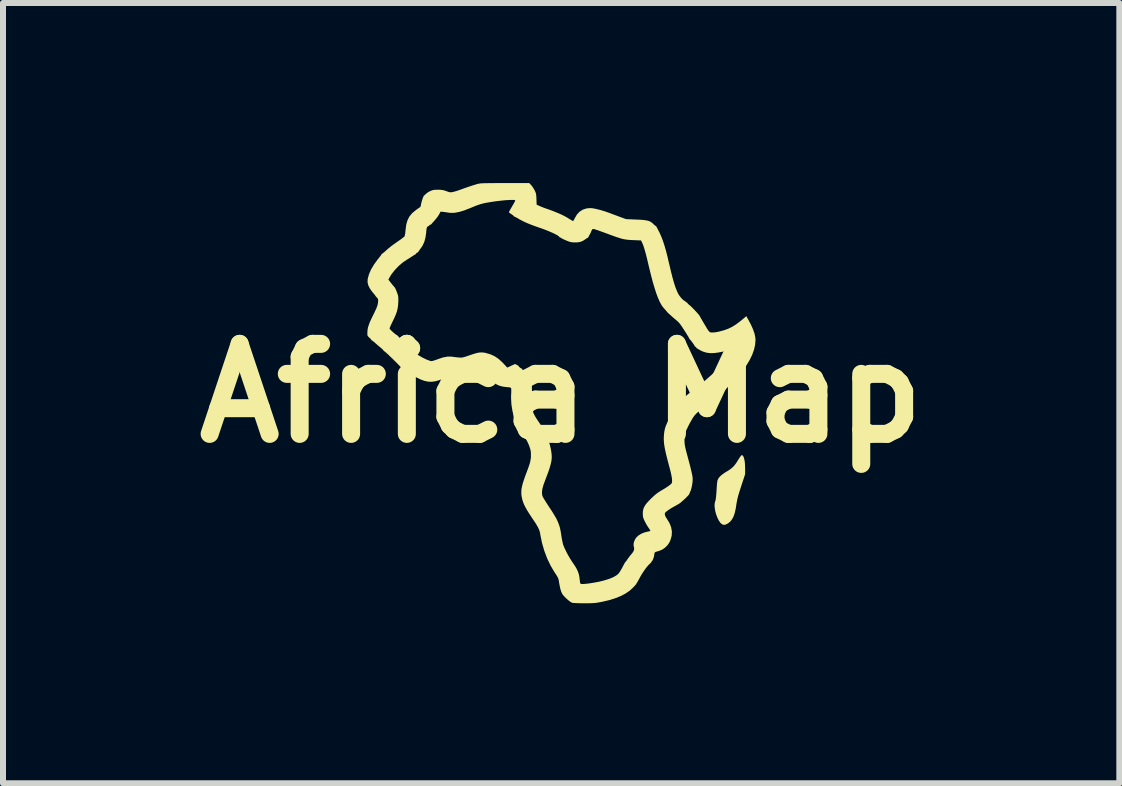
<source format=kicad_pcb>
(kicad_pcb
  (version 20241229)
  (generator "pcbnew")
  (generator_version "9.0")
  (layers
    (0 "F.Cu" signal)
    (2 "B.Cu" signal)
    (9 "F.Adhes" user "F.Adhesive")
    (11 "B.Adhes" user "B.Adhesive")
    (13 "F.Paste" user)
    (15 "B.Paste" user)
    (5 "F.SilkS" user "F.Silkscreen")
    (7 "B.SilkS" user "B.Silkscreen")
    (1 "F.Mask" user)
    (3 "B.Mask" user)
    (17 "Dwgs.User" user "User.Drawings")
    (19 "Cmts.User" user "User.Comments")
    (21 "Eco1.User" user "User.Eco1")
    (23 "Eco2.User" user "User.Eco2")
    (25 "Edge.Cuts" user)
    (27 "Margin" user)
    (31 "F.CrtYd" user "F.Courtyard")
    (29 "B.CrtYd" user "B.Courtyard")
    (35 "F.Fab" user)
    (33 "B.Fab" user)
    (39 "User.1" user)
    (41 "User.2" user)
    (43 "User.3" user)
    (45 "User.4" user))
  (footprint "Africa Map"
    (layer "F.Cu")
    (at 6.3 3.501)
    (property "Reference" "Africa Map" (at 0 0 0) (layer "F.SilkS") (effects (font (size 1.5 1.5) (thickness 0.3))))
    (attr board_only exclude_from_pos_files exclude_from_bom)
    (fp_poly (pts (xy 3.025 1.039) (xy 3.04 1.062) (xy 3.051 1.1) (xy 3.06 1.15) (xy 3.064 1.213) (xy 3.065 1.261) (xy 3.065 1.35) (xy 3 1.548) (xy 2.977 1.62) (xy 2.958 1.68) (xy 2.944 1.73) (xy 2.934 1.773) (xy 2.926 1.813) (xy 2.921 1.842) (xy 2.908 1.926) (xy 2.892 1.996) (xy 2.873 2.052) (xy 2.849 2.098) (xy 2.821 2.135) (xy 2.787 2.164) (xy 2.768 2.176) (xy 2.733 2.192) (xy 2.701 2.193) (xy 2.672 2.178) (xy 2.653 2.16) (xy 2.628 2.124) (xy 2.604 2.077) (xy 2.583 2.022) (xy 2.567 1.963) (xy 2.558 1.906) (xy 2.556 1.869) (xy 2.558 1.84) (xy 2.565 1.807) (xy 2.569 1.795) (xy 2.576 1.766) (xy 2.581 1.722) (xy 2.586 1.666) (xy 2.589 1.619) (xy 2.592 1.571) (xy 2.595 1.526) (xy 2.599 1.488) (xy 2.603 1.461) (xy 2.605 1.452) (xy 2.62 1.42) (xy 2.645 1.388) (xy 2.683 1.355) (xy 2.735 1.319) (xy 2.759 1.305) (xy 2.804 1.277) (xy 2.84 1.25) (xy 2.87 1.222) (xy 2.899 1.188) (xy 2.928 1.146) (xy 2.953 1.105) (xy 2.972 1.075) (xy 2.99 1.05) (xy 3.003 1.035) (xy 3.008 1.031)) (stroke (width 0) (type solid)) (fill yes) (layer "F.SilkS"))
    (fp_poly (pts (xy -0.501 -3.468) (xy -0.481 -3.444) (xy -0.46 -3.411) (xy -0.442 -3.38) (xy -0.43 -3.354) (xy -0.422 -3.332) (xy -0.417 -3.308) (xy -0.414 -3.279) (xy -0.412 -3.24) (xy -0.412 -3.232) (xy -0.409 -3.141) (xy -0.363 -3.12) (xy -0.333 -3.107) (xy -0.295 -3.092) (xy -0.255 -3.077) (xy -0.242 -3.073) (xy -0.155 -3.042) (xy -0.082 -3.013) (xy -0.018 -2.986) (xy 0.037 -2.96) (xy 0.087 -2.933) (xy 0.135 -2.904) (xy 0.141 -2.9) (xy 0.167 -2.884) (xy 0.187 -2.873) (xy 0.198 -2.868) (xy 0.198 -2.868) (xy 0.205 -2.875) (xy 0.216 -2.893) (xy 0.228 -2.918) (xy 0.229 -2.919) (xy 0.264 -2.979) (xy 0.309 -3.026) (xy 0.363 -3.059) (xy 0.425 -3.079) (xy 0.485 -3.084) (xy 0.531 -3.08) (xy 0.589 -3.068) (xy 0.657 -3.051) (xy 0.732 -3.028) (xy 0.812 -3) (xy 0.814 -2.999) (xy 0.85 -2.985) (xy 0.896 -2.968) (xy 0.945 -2.95) (xy 0.982 -2.936) (xy 1.081 -2.9) (xy 1.245 -2.893) (xy 1.314 -2.89) (xy 1.369 -2.886) (xy 1.412 -2.88) (xy 1.446 -2.873) (xy 1.473 -2.864) (xy 1.496 -2.852) (xy 1.517 -2.836) (xy 1.531 -2.823) (xy 1.552 -2.804) (xy 1.568 -2.79) (xy 1.576 -2.786) (xy 1.58 -2.784) (xy 1.585 -2.778) (xy 1.592 -2.765) (xy 1.604 -2.743) (xy 1.62 -2.711) (xy 1.642 -2.667) (xy 1.645 -2.662) (xy 1.67 -2.605) (xy 1.695 -2.539) (xy 1.72 -2.463) (xy 1.746 -2.374) (xy 1.772 -2.272) (xy 1.799 -2.155) (xy 1.8 -2.153) (xy 1.828 -2.034) (xy 1.854 -1.93) (xy 1.879 -1.842) (xy 1.903 -1.767) (xy 1.927 -1.706) (xy 1.949 -1.658) (xy 1.95 -1.657) (xy 1.967 -1.629) (xy 1.989 -1.6) (xy 2.012 -1.573) (xy 2.035 -1.552) (xy 2.052 -1.539) (xy 2.059 -1.537) (xy 2.07 -1.53) (xy 2.074 -1.524) (xy 2.085 -1.513) (xy 2.091 -1.512) (xy 2.102 -1.507) (xy 2.104 -1.502) (xy 2.11 -1.491) (xy 2.126 -1.477) (xy 2.132 -1.473) (xy 2.147 -1.46) (xy 2.17 -1.439) (xy 2.197 -1.412) (xy 2.225 -1.383) (xy 2.253 -1.353) (xy 2.277 -1.326) (xy 2.296 -1.304) (xy 2.307 -1.289) (xy 2.309 -1.284) (xy 2.313 -1.276) (xy 2.324 -1.257) (xy 2.34 -1.229) (xy 2.359 -1.196) (xy 2.38 -1.161) (xy 2.401 -1.126) (xy 2.42 -1.094) (xy 2.436 -1.068) (xy 2.446 -1.053) (xy 2.461 -1.033) (xy 2.473 -1.02) (xy 2.476 -1.017) (xy 2.495 -1.012) (xy 2.525 -1.011) (xy 2.564 -1.014) (xy 2.608 -1.021) (xy 2.634 -1.027) (xy 2.712 -1.048) (xy 2.782 -1.073) (xy 2.846 -1.104) (xy 2.909 -1.143) (xy 2.975 -1.192) (xy 3.015 -1.224) (xy 3.085 -1.283) (xy 3.112 -1.235) (xy 3.158 -1.15) (xy 3.194 -1.07) (xy 3.22 -0.998) (xy 3.234 -0.934) (xy 3.238 -0.892) (xy 3.232 -0.809) (xy 3.213 -0.724) (xy 3.182 -0.638) (xy 3.138 -0.548) (xy 3.08 -0.453) (xy 3.009 -0.354) (xy 2.99 -0.332) (xy 2.963 -0.301) (xy 2.929 -0.263) (xy 2.89 -0.221) (xy 2.849 -0.177) (xy 2.808 -0.134) (xy 2.77 -0.095) (xy 2.737 -0.061) (xy 2.712 -0.036) (xy 2.706 -0.031) (xy 2.693 -0.02) (xy 2.67 -0.001) (xy 2.639 0.024) (xy 2.604 0.052) (xy 2.568 0.081) (xy 2.533 0.109) (xy 2.502 0.133) (xy 2.496 0.138) (xy 2.467 0.161) (xy 2.444 0.181) (xy 2.429 0.197) (xy 2.425 0.203) (xy 2.418 0.213) (xy 2.412 0.214) (xy 2.397 0.22) (xy 2.394 0.224) (xy 2.382 0.235) (xy 2.365 0.247) (xy 2.35 0.257) (xy 2.325 0.276) (xy 2.297 0.299) (xy 2.282 0.311) (xy 2.25 0.341) (xy 2.224 0.369) (xy 2.2 0.402) (xy 2.174 0.445) (xy 2.174 0.445) (xy 2.149 0.489) (xy 2.123 0.538) (xy 2.1 0.586) (xy 2.09 0.606) (xy 2.074 0.643) (xy 2.064 0.67) (xy 2.058 0.694) (xy 2.055 0.72) (xy 2.054 0.753) (xy 2.054 0.766) (xy 2.055 0.804) (xy 2.057 0.837) (xy 2.061 0.87) (xy 2.068 0.906) (xy 2.078 0.949) (xy 2.092 1.002) (xy 2.1 1.031) (xy 2.12 1.106) (xy 2.139 1.177) (xy 2.156 1.244) (xy 2.17 1.303) (xy 2.181 1.353) (xy 2.188 1.39) (xy 2.19 1.405) (xy 2.191 1.442) (xy 2.188 1.487) (xy 2.181 1.535) (xy 2.171 1.581) (xy 2.16 1.619) (xy 2.153 1.635) (xy 2.143 1.657) (xy 2.137 1.674) (xy 2.137 1.677) (xy 2.131 1.687) (xy 2.115 1.706) (xy 2.092 1.73) (xy 2.065 1.757) (xy 2.035 1.784) (xy 2.007 1.809) (xy 1.982 1.83) (xy 1.963 1.843) (xy 1.933 1.86) (xy 1.9 1.879) (xy 1.886 1.886) (xy 1.853 1.905) (xy 1.818 1.926) (xy 1.785 1.948) (xy 1.758 1.968) (xy 1.74 1.983) (xy 1.736 1.987) (xy 1.726 2.009) (xy 1.73 2.036) (xy 1.747 2.071) (xy 1.761 2.092) (xy 1.805 2.164) (xy 1.833 2.236) (xy 1.845 2.307) (xy 1.841 2.378) (xy 1.82 2.449) (xy 1.807 2.479) (xy 1.776 2.528) (xy 1.734 2.571) (xy 1.686 2.605) (xy 1.637 2.626) (xy 1.599 2.637) (xy 1.575 2.645) (xy 1.561 2.654) (xy 1.555 2.663) (xy 1.553 2.676) (xy 1.553 2.678) (xy 1.55 2.701) (xy 1.544 2.73) (xy 1.534 2.759) (xy 1.524 2.783) (xy 1.515 2.796) (xy 1.514 2.796) (xy 1.505 2.807) (xy 1.504 2.811) (xy 1.498 2.822) (xy 1.484 2.836) (xy 1.48 2.839) (xy 1.448 2.871) (xy 1.412 2.915) (xy 1.375 2.967) (xy 1.338 3.024) (xy 1.315 3.065) (xy 1.291 3.109) (xy 1.273 3.141) (xy 1.259 3.165) (xy 1.248 3.182) (xy 1.238 3.196) (xy 1.226 3.209) (xy 1.212 3.224) (xy 1.204 3.233) (xy 1.145 3.288) (xy 1.076 3.336) (xy 0.995 3.379) (xy 0.903 3.416) (xy 0.797 3.449) (xy 0.677 3.477) (xy 0.66 3.48) (xy 0.623 3.487) (xy 0.59 3.492) (xy 0.558 3.496) (xy 0.523 3.498) (xy 0.481 3.5) (xy 0.429 3.5) (xy 0.379 3.5) (xy 0.326 3.5) (xy 0.277 3.499) (xy 0.235 3.497) (xy 0.204 3.495) (xy 0.185 3.493) (xy 0.182 3.492) (xy 0.153 3.476) (xy 0.119 3.45) (xy 0.083 3.418) (xy 0.049 3.384) (xy 0.023 3.352) (xy 0.015 3.339) (xy 0.000388 3.306) (xy -0.014 3.259) (xy -0.026 3.202) (xy -0.034 3.16) (xy -0.038 3.13) (xy -0.043 3.107) (xy -0.049 3.087) (xy -0.058 3.067) (xy -0.072 3.043) (xy -0.092 3.011) (xy -0.112 2.982) (xy -0.176 2.873) (xy -0.233 2.754) (xy -0.281 2.627) (xy -0.319 2.496) (xy -0.346 2.365) (xy -0.35 2.338) (xy -0.357 2.305) (xy -0.37 2.269) (xy -0.391 2.227) (xy -0.419 2.178) (xy -0.458 2.119) (xy -0.477 2.091) (xy -0.529 2.013) (xy -0.571 1.945) (xy -0.604 1.885) (xy -0.629 1.83) (xy -0.646 1.779) (xy -0.657 1.73) (xy -0.663 1.688) (xy -0.664 1.657) (xy -0.663 1.625) (xy -0.66 1.591) (xy -0.652 1.552) (xy -0.641 1.508) (xy -0.625 1.456) (xy -0.604 1.395) (xy -0.577 1.322) (xy -0.545 1.236) (xy -0.543 1.231) (xy -0.517 1.15) (xy -0.504 1.073) (xy -0.504 0.997) (xy -0.508 0.958) (xy -0.518 0.92) (xy -0.534 0.874) (xy -0.555 0.825) (xy -0.579 0.778) (xy -0.603 0.737) (xy -0.625 0.707) (xy -0.64 0.69) (xy -0.648 0.678) (xy -0.649 0.675) (xy -0.653 0.666) (xy -0.664 0.647) (xy -0.679 0.624) (xy -0.734 0.527) (xy -0.778 0.419) (xy -0.81 0.306) (xy -0.829 0.189) (xy -0.835 0.072) (xy -0.834 0.032) (xy -0.832 -0.007) (xy -0.831 -0.042) (xy -0.832 -0.067) (xy -0.833 -0.08) (xy -0.838 -0.088) (xy -0.848 -0.094) (xy -0.867 -0.098) (xy -0.899 -0.101) (xy -0.906 -0.101) (xy -0.975 -0.11) (xy -1.031 -0.125) (xy -1.076 -0.146) (xy -1.091 -0.156) (xy -1.112 -0.17) (xy -1.126 -0.179) (xy -1.13 -0.181) (xy -1.14 -0.186) (xy -1.152 -0.198) (xy -1.159 -0.209) (xy -1.159 -0.21) (xy -1.164 -0.22) (xy -1.178 -0.237) (xy -1.198 -0.259) (xy -1.22 -0.282) (xy -1.242 -0.302) (xy -1.26 -0.318) (xy -1.261 -0.318) (xy -1.282 -0.331) (xy -1.307 -0.336) (xy -1.337 -0.333) (xy -1.376 -0.323) (xy -1.426 -0.305) (xy -1.436 -0.301) (xy -1.477 -0.285) (xy -1.517 -0.271) (xy -1.552 -0.26) (xy -1.571 -0.255) (xy -1.633 -0.247) (xy -1.702 -0.247) (xy -1.767 -0.253) (xy -1.791 -0.258) (xy -1.833 -0.267) (xy -1.865 -0.27) (xy -1.895 -0.267) (xy -1.928 -0.256) (xy -1.961 -0.243) (xy -2.033 -0.216) (xy -2.098 -0.198) (xy -2.158 -0.19) (xy -2.217 -0.192) (xy -2.278 -0.205) (xy -2.343 -0.229) (xy -2.415 -0.264) (xy -2.453 -0.284) (xy -2.494 -0.308) (xy -2.537 -0.335) (xy -2.576 -0.36) (xy -2.598 -0.376) (xy -2.624 -0.395) (xy -2.647 -0.41) (xy -2.66 -0.418) (xy -2.663 -0.419) (xy -2.67 -0.425) (xy -2.671 -0.428) (xy -2.676 -0.437) (xy -2.692 -0.455) (xy -2.716 -0.48) (xy -2.745 -0.51) (xy -2.779 -0.543) (xy -2.814 -0.578) (xy -2.849 -0.611) (xy -2.881 -0.642) (xy -2.909 -0.668) (xy -2.931 -0.687) (xy -2.945 -0.697) (xy -2.947 -0.698) (xy -2.958 -0.705) (xy -2.959 -0.709) (xy -2.965 -0.719) (xy -2.981 -0.735) (xy -3.003 -0.754) (xy -3.005 -0.756) (xy -3.037 -0.782) (xy -3.071 -0.812) (xy -3.099 -0.836) (xy -3.122 -0.857) (xy -3.141 -0.872) (xy -3.153 -0.879) (xy -3.155 -0.879) (xy -3.163 -0.886) (xy -3.164 -0.889) (xy -3.17 -0.899) (xy -3.184 -0.915) (xy -3.197 -0.926) (xy -3.215 -0.943) (xy -3.225 -0.957) (xy -3.229 -0.974) (xy -3.229 -1.001) (xy -3.229 -1.006) (xy -3.227 -1.046) (xy -3.221 -1.086) (xy -3.208 -1.129) (xy -3.19 -1.179) (xy -3.163 -1.238) (xy -3.147 -1.272) (xy -3.118 -1.33) (xy -3.097 -1.375) (xy -3.08 -1.411) (xy -3.069 -1.44) (xy -3.061 -1.463) (xy -3.056 -1.483) (xy -3.053 -1.503) (xy -3.051 -1.517) (xy -3.049 -1.546) (xy -3.051 -1.564) (xy -3.057 -1.577) (xy -3.068 -1.59) (xy -3.082 -1.605) (xy -3.089 -1.614) (xy -3.09 -1.615) (xy -3.095 -1.623) (xy -3.108 -1.64) (xy -3.127 -1.664) (xy -3.143 -1.682) (xy -3.185 -1.74) (xy -3.213 -1.795) (xy -3.226 -1.848) (xy -3.224 -1.892) (xy -2.879 -1.892) (xy -2.831 -1.831) (xy -2.809 -1.804) (xy -2.79 -1.781) (xy -2.777 -1.766) (xy -2.774 -1.763) (xy -2.768 -1.754) (xy -2.76 -1.739) (xy -2.75 -1.715) (xy -2.736 -1.679) (xy -2.726 -1.652) (xy -2.719 -1.629) (xy -2.715 -1.607) (xy -2.713 -1.58) (xy -2.713 -1.545) (xy -2.714 -1.512) (xy -2.718 -1.459) (xy -2.725 -1.411) (xy -2.736 -1.365) (xy -2.752 -1.318) (xy -2.775 -1.264) (xy -2.805 -1.201) (xy -2.807 -1.197) (xy -2.826 -1.158) (xy -2.842 -1.124) (xy -2.853 -1.097) (xy -2.859 -1.08) (xy -2.859 -1.078) (xy -2.854 -1.068) (xy -2.838 -1.051) (xy -2.817 -1.03) (xy -2.793 -1.009) (xy -2.77 -0.989) (xy -2.751 -0.975) (xy -2.74 -0.97) (xy -2.74 -0.97) (xy -2.732 -0.964) (xy -2.717 -0.949) (xy -2.71 -0.941) (xy -2.692 -0.924) (xy -2.678 -0.913) (xy -2.674 -0.912) (xy -2.663 -0.908) (xy -2.662 -0.905) (xy -2.657 -0.896) (xy -2.641 -0.878) (xy -2.617 -0.853) (xy -2.587 -0.822) (xy -2.553 -0.789) (xy -2.517 -0.754) (xy -2.481 -0.721) (xy -2.447 -0.69) (xy -2.418 -0.664) (xy -2.395 -0.644) (xy -2.382 -0.635) (xy -2.341 -0.61) (xy -2.297 -0.586) (xy -2.254 -0.565) (xy -2.214 -0.549) (xy -2.183 -0.538) (xy -2.162 -0.534) (xy -2.143 -0.537) (xy -2.113 -0.546) (xy -2.077 -0.558) (xy -2.054 -0.567) (xy -1.971 -0.595) (xy -1.895 -0.609) (xy -1.828 -0.609) (xy -1.816 -0.607) (xy -1.784 -0.603) (xy -1.744 -0.598) (xy -1.708 -0.595) (xy -1.683 -0.593) (xy -1.662 -0.593) (xy -1.642 -0.595) (xy -1.619 -0.601) (xy -1.588 -0.61) (xy -1.548 -0.624) (xy -1.527 -0.631) (xy -1.465 -0.652) (xy -1.414 -0.667) (xy -1.373 -0.676) (xy -1.337 -0.679) (xy -1.303 -0.678) (xy -1.269 -0.673) (xy -1.26 -0.671) (xy -1.18 -0.648) (xy -1.11 -0.616) (xy -1.045 -0.573) (xy -0.983 -0.517) (xy -0.963 -0.496) (xy -0.898 -0.426) (xy -0.834 -0.456) (xy -0.769 -0.486) (xy -0.738 -0.471) (xy -0.719 -0.46) (xy -0.708 -0.451) (xy -0.707 -0.449) (xy -0.7 -0.438) (xy -0.686 -0.425) (xy -0.67 -0.415) (xy -0.659 -0.411) (xy -0.65 -0.404) (xy -0.649 -0.399) (xy -0.643 -0.387) (xy -0.629 -0.371) (xy -0.625 -0.367) (xy -0.609 -0.352) (xy -0.6 -0.34) (xy -0.6 -0.339) (xy -0.595 -0.328) (xy -0.582 -0.312) (xy -0.579 -0.309) (xy -0.566 -0.293) (xy -0.559 -0.281) (xy -0.559 -0.28) (xy -0.555 -0.27) (xy -0.546 -0.249) (xy -0.532 -0.221) (xy -0.524 -0.204) (xy -0.489 -0.136) (xy -0.484 0.074) (xy -0.482 0.132) (xy -0.48 0.186) (xy -0.478 0.234) (xy -0.475 0.272) (xy -0.472 0.298) (xy -0.471 0.308) (xy -0.457 0.342) (xy -0.437 0.381) (xy -0.413 0.421) (xy -0.395 0.448) (xy -0.323 0.555) (xy -0.265 0.658) (xy -0.22 0.761) (xy -0.187 0.866) (xy -0.172 0.933) (xy -0.164 0.979) (xy -0.159 1.02) (xy -0.157 1.06) (xy -0.159 1.1) (xy -0.165 1.143) (xy -0.176 1.189) (xy -0.191 1.243) (xy -0.212 1.305) (xy -0.239 1.378) (xy -0.271 1.463) (xy -0.297 1.534) (xy -0.313 1.594) (xy -0.32 1.645) (xy -0.318 1.687) (xy -0.312 1.713) (xy -0.305 1.729) (xy -0.29 1.756) (xy -0.268 1.791) (xy -0.242 1.833) (xy -0.212 1.879) (xy -0.2 1.897) (xy -0.152 1.97) (xy -0.114 2.032) (xy -0.082 2.086) (xy -0.058 2.137) (xy -0.039 2.185) (xy -0.023 2.234) (xy -0.011 2.288) (xy -0.001 2.348) (xy 0.005 2.387) (xy 0.012 2.43) (xy 0.021 2.473) (xy 0.029 2.51) (xy 0.034 2.527) (xy 0.051 2.57) (xy 0.076 2.623) (xy 0.105 2.68) (xy 0.137 2.737) (xy 0.17 2.79) (xy 0.189 2.819) (xy 0.228 2.876) (xy 0.257 2.925) (xy 0.278 2.97) (xy 0.293 3.013) (xy 0.303 3.059) (xy 0.308 3.101) (xy 0.312 3.132) (xy 0.315 3.156) (xy 0.318 3.169) (xy 0.328 3.177) (xy 0.352 3.18) (xy 0.39 3.178) (xy 0.443 3.173) (xy 0.511 3.163) (xy 0.53 3.16) (xy 0.633 3.141) (xy 0.724 3.118) (xy 0.803 3.093) (xy 0.868 3.066) (xy 0.919 3.037) (xy 0.953 3.009) (xy 0.969 2.988) (xy 0.989 2.957) (xy 1.01 2.921) (xy 1.023 2.896) (xy 1.041 2.862) (xy 1.056 2.834) (xy 1.068 2.815) (xy 1.074 2.808) (xy 1.084 2.798) (xy 1.097 2.779) (xy 1.102 2.771) (xy 1.116 2.751) (xy 1.137 2.723) (xy 1.161 2.692) (xy 1.169 2.684) (xy 1.195 2.65) (xy 1.21 2.624) (xy 1.216 2.599) (xy 1.214 2.572) (xy 1.208 2.547) (xy 1.206 2.513) (xy 1.215 2.472) (xy 1.234 2.431) (xy 1.254 2.402) (xy 1.288 2.371) (xy 1.333 2.343) (xy 1.386 2.321) (xy 1.436 2.308) (xy 1.462 2.303) (xy 1.481 2.297) (xy 1.487 2.293) (xy 1.483 2.284) (xy 1.471 2.265) (xy 1.455 2.241) (xy 1.453 2.239) (xy 1.432 2.206) (xy 1.409 2.166) (xy 1.39 2.129) (xy 1.39 2.128) (xy 1.374 2.094) (xy 1.365 2.067) (xy 1.361 2.039) (xy 1.36 2.005) (xy 1.362 1.964) (xy 1.37 1.927) (xy 1.385 1.892) (xy 1.408 1.855) (xy 1.441 1.815) (xy 1.485 1.769) (xy 1.495 1.759) (xy 1.54 1.716) (xy 1.579 1.683) (xy 1.617 1.654) (xy 1.661 1.626) (xy 1.673 1.619) (xy 1.737 1.581) (xy 1.786 1.548) (xy 1.821 1.522) (xy 1.839 1.505) (xy 1.847 1.484) (xy 1.848 1.449) (xy 1.843 1.402) (xy 1.832 1.345) (xy 1.82 1.294) (xy 1.794 1.197) (xy 1.772 1.113) (xy 1.754 1.042) (xy 1.74 0.981) (xy 1.729 0.93) (xy 1.721 0.885) (xy 1.715 0.846) (xy 1.712 0.811) (xy 1.71 0.777) (xy 1.71 0.745) (xy 1.711 0.717) (xy 1.715 0.67) (xy 1.721 0.628) (xy 1.73 0.588) (xy 1.744 0.545) (xy 1.764 0.498) (xy 1.79 0.443) (xy 1.817 0.388) (xy 1.84 0.344) (xy 1.861 0.303) (xy 1.879 0.269) (xy 1.891 0.244) (xy 1.897 0.232) (xy 1.909 0.215) (xy 1.919 0.206) (xy 1.921 0.206) (xy 1.93 0.201) (xy 1.931 0.198) (xy 1.937 0.186) (xy 1.955 0.164) (xy 1.982 0.136) (xy 2.017 0.102) (xy 2.059 0.064) (xy 2.105 0.024) (xy 2.155 -0.017) (xy 2.205 -0.058) (xy 2.235 -0.08) (xy 2.327 -0.152) (xy 2.416 -0.226) (xy 2.501 -0.301) (xy 2.578 -0.374) (xy 2.647 -0.443) (xy 2.704 -0.507) (xy 2.717 -0.522) (xy 2.738 -0.55) (xy 2.761 -0.583) (xy 2.784 -0.618) (xy 2.805 -0.652) (xy 2.822 -0.682) (xy 2.832 -0.703) (xy 2.835 -0.712) (xy 2.834 -0.718) (xy 2.829 -0.72) (xy 2.817 -0.719) (xy 2.794 -0.715) (xy 2.759 -0.707) (xy 2.757 -0.706) (xy 2.68 -0.689) (xy 2.615 -0.677) (xy 2.561 -0.67) (xy 2.514 -0.667) (xy 2.472 -0.668) (xy 2.431 -0.674) (xy 2.413 -0.677) (xy 2.352 -0.697) (xy 2.308 -0.72) (xy 2.285 -0.734) (xy 2.267 -0.745) (xy 2.259 -0.748) (xy 2.252 -0.754) (xy 2.252 -0.76) (xy 2.245 -0.771) (xy 2.239 -0.772) (xy 2.228 -0.777) (xy 2.227 -0.781) (xy 2.222 -0.791) (xy 2.211 -0.81) (xy 2.195 -0.833) (xy 2.177 -0.857) (xy 2.161 -0.878) (xy 2.149 -0.892) (xy 2.144 -0.896) (xy 2.138 -0.902) (xy 2.135 -0.91) (xy 2.129 -0.922) (xy 2.116 -0.945) (xy 2.096 -0.977) (xy 2.073 -1.015) (xy 2.046 -1.056) (xy 2.019 -1.098) (xy 2 -1.126) (xy 1.982 -1.151) (xy 1.963 -1.174) (xy 1.94 -1.197) (xy 1.91 -1.223) (xy 1.874 -1.253) (xy 1.779 -1.338) (xy 1.696 -1.434) (xy 1.695 -1.434) (xy 1.668 -1.475) (xy 1.641 -1.525) (xy 1.614 -1.587) (xy 1.586 -1.66) (xy 1.558 -1.747) (xy 1.528 -1.847) (xy 1.498 -1.961) (xy 1.466 -2.091) (xy 1.454 -2.141) (xy 1.431 -2.239) (xy 1.41 -2.322) (xy 1.391 -2.39) (xy 1.374 -2.444) (xy 1.359 -2.486) (xy 1.351 -2.502) (xy 1.331 -2.545) (xy 1.206 -2.55) (xy 1.16 -2.552) (xy 1.12 -2.555) (xy 1.083 -2.559) (xy 1.047 -2.565) (xy 1.008 -2.574) (xy 0.966 -2.587) (xy 0.916 -2.603) (xy 0.858 -2.624) (xy 0.787 -2.65) (xy 0.755 -2.662) (xy 0.7 -2.682) (xy 0.65 -2.7) (xy 0.606 -2.716) (xy 0.571 -2.727) (xy 0.547 -2.734) (xy 0.537 -2.736) (xy 0.52 -2.732) (xy 0.509 -2.715) (xy 0.508 -2.711) (xy 0.498 -2.688) (xy 0.485 -2.66) (xy 0.48 -2.651) (xy 0.467 -2.628) (xy 0.457 -2.608) (xy 0.455 -2.603) (xy 0.447 -2.591) (xy 0.442 -2.588) (xy 0.431 -2.584) (xy 0.413 -2.572) (xy 0.404 -2.565) (xy 0.362 -2.538) (xy 0.321 -2.521) (xy 0.275 -2.513) (xy 0.229 -2.512) (xy 0.191 -2.513) (xy 0.161 -2.517) (xy 0.133 -2.525) (xy 0.098 -2.538) (xy 0.085 -2.544) (xy 0.052 -2.558) (xy 0.024 -2.572) (xy 0.004 -2.582) (xy -0.001 -2.586) (xy -0.016 -2.595) (xy -0.023 -2.597) (xy -0.032 -2.602) (xy -0.033 -2.605) (xy -0.04 -2.615) (xy -0.062 -2.63) (xy -0.095 -2.648) (xy -0.138 -2.669) (xy -0.189 -2.691) (xy -0.246 -2.715) (xy -0.307 -2.738) (xy -0.371 -2.76) (xy -0.374 -2.761) (xy -0.467 -2.794) (xy -0.546 -2.825) (xy -0.615 -2.855) (xy -0.677 -2.887) (xy -0.704 -2.902) (xy -0.734 -2.92) (xy -0.759 -2.933) (xy -0.776 -2.941) (xy -0.78 -2.942) (xy -0.789 -2.947) (xy -0.789 -2.949) (xy -0.795 -2.957) (xy -0.812 -2.971) (xy -0.83 -2.983) (xy -0.852 -2.998) (xy -0.867 -3.01) (xy -0.871 -3.016) (xy -0.867 -3.025) (xy -0.856 -3.046) (xy -0.84 -3.074) (xy -0.82 -3.108) (xy -0.818 -3.112) (xy -0.797 -3.147) (xy -0.781 -3.177) (xy -0.769 -3.2) (xy -0.764 -3.212) (xy -0.764 -3.212) (xy -0.772 -3.217) (xy -0.794 -3.22) (xy -0.829 -3.22) (xy -0.875 -3.218) (xy -0.929 -3.215) (xy -0.991 -3.209) (xy -1.057 -3.201) (xy -1.093 -3.197) (xy -1.166 -3.186) (xy -1.227 -3.176) (xy -1.28 -3.166) (xy -1.327 -3.154) (xy -1.374 -3.14) (xy -1.423 -3.122) (xy -1.479 -3.099) (xy -1.52 -3.082) (xy -1.615 -3.045) (xy -1.698 -3.02) (xy -1.772 -3.006) (xy -1.837 -3.004) (xy -1.87 -3.007) (xy -1.906 -3.013) (xy -1.943 -3.018) (xy -1.968 -3.021) (xy -2.009 -3.025) (xy -2.036 -2.975) (xy -2.056 -2.944) (xy -2.082 -2.909) (xy -2.11 -2.877) (xy -2.112 -2.874) (xy -2.134 -2.85) (xy -2.151 -2.831) (xy -2.16 -2.819) (xy -2.161 -2.817) (xy -2.168 -2.811) (xy -2.173 -2.81) (xy -2.188 -2.804) (xy -2.192 -2.8) (xy -2.203 -2.789) (xy -2.22 -2.779) (xy -2.229 -2.773) (xy -2.236 -2.765) (xy -2.24 -2.752) (xy -2.244 -2.73) (xy -2.248 -2.696) (xy -2.249 -2.676) (xy -2.261 -2.593) (xy -2.28 -2.522) (xy -2.307 -2.462) (xy -2.334 -2.421) (xy -2.354 -2.395) (xy -2.369 -2.372) (xy -2.379 -2.358) (xy -2.379 -2.357) (xy -2.39 -2.345) (xy -2.397 -2.342) (xy -2.409 -2.336) (xy -2.418 -2.326) (xy -2.428 -2.313) (xy -2.434 -2.309) (xy -2.444 -2.305) (xy -2.463 -2.293) (xy -2.48 -2.282) (xy -2.511 -2.261) (xy -2.544 -2.24) (xy -2.558 -2.232) (xy -2.634 -2.182) (xy -2.706 -2.121) (xy -2.771 -2.053) (xy -2.827 -1.982) (xy -2.861 -1.927) (xy -2.879 -1.892) (xy -3.224 -1.892) (xy -3.224 -1.901) (xy -3.223 -1.906) (xy -3.202 -1.982) (xy -3.167 -2.062) (xy -3.117 -2.146) (xy -3.055 -2.231) (xy -3.049 -2.238) (xy -3.028 -2.265) (xy -3.009 -2.289) (xy -2.997 -2.306) (xy -2.995 -2.31) (xy -2.986 -2.323) (xy -2.98 -2.326) (xy -2.972 -2.331) (xy -2.954 -2.345) (xy -2.93 -2.366) (xy -2.906 -2.388) (xy -2.873 -2.416) (xy -2.831 -2.45) (xy -2.785 -2.484) (xy -2.741 -2.515) (xy -2.738 -2.517) (xy -2.703 -2.541) (xy -2.673 -2.562) (xy -2.651 -2.578) (xy -2.639 -2.588) (xy -2.638 -2.59) (xy -2.631 -2.596) (xy -2.626 -2.597) (xy -2.615 -2.604) (xy -2.606 -2.627) (xy -2.598 -2.665) (xy -2.593 -2.719) (xy -2.592 -2.724) (xy -2.581 -2.809) (xy -2.56 -2.882) (xy -2.529 -2.943) (xy -2.487 -2.994) (xy -2.468 -3.012) (xy -2.441 -3.034) (xy -2.412 -3.057) (xy -2.384 -3.077) (xy -2.362 -3.092) (xy -2.35 -3.1) (xy -2.349 -3.1) (xy -2.344 -3.108) (xy -2.338 -3.129) (xy -2.334 -3.151) (xy -2.327 -3.183) (xy -2.317 -3.216) (xy -2.307 -3.248) (xy -2.296 -3.274) (xy -2.287 -3.291) (xy -2.282 -3.295) (xy -2.273 -3.301) (xy -2.259 -3.315) (xy -2.255 -3.319) (xy -2.238 -3.334) (xy -2.211 -3.352) (xy -2.184 -3.366) (xy -2.157 -3.377) (xy -2.133 -3.385) (xy -2.107 -3.388) (xy -2.073 -3.39) (xy -2.054 -3.39) (xy -2.012 -3.389) (xy -1.978 -3.385) (xy -1.947 -3.378) (xy -1.912 -3.366) (xy -1.879 -3.354) (xy -1.856 -3.348) (xy -1.838 -3.347) (xy -1.817 -3.349) (xy -1.801 -3.353) (xy -1.77 -3.361) (xy -1.732 -3.372) (xy -1.693 -3.386) (xy -1.689 -3.387) (xy -1.615 -3.414) (xy -1.544 -3.439) (xy -1.479 -3.46) (xy -1.424 -3.477) (xy -1.399 -3.485) (xy -1.385 -3.488) (xy -1.37 -3.491) (xy -1.353 -3.494) (xy -1.332 -3.496) (xy -1.306 -3.497) (xy -1.273 -3.499) (xy -1.233 -3.499) (xy -1.182 -3.5) (xy -1.119 -3.5) (xy -1.044 -3.501) (xy -0.954 -3.501) (xy -0.936 -3.501) (xy -0.532 -3.501)) (stroke (width 0) (type solid)) (fill yes) (layer "F.SilkS")))
  (gr_rect
    (start -3 -3)
    (end 15.6 10.001)
    (stroke (width 0.1) (type default))
    (fill no)
    (layer "Edge.Cuts")))
</source>
